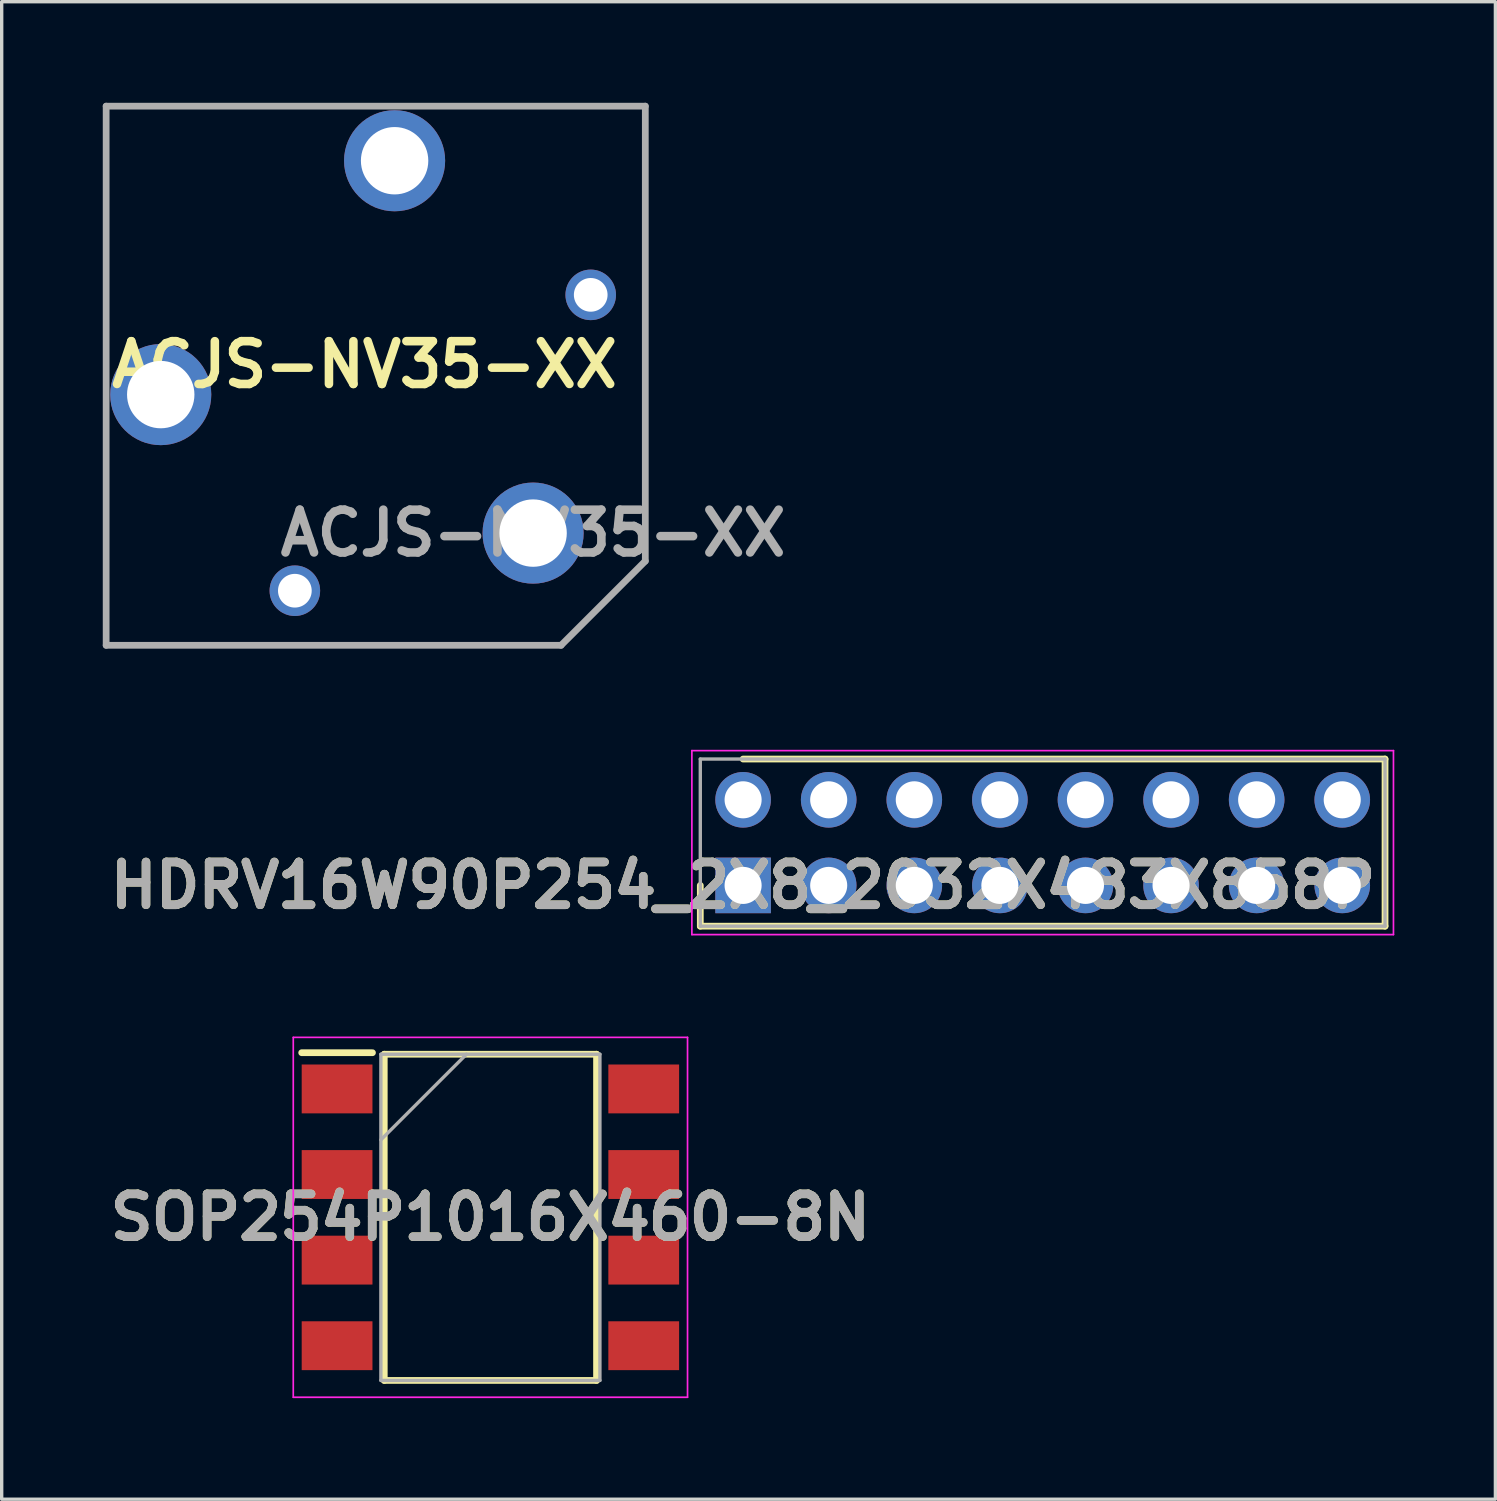
<source format=kicad_pcb>
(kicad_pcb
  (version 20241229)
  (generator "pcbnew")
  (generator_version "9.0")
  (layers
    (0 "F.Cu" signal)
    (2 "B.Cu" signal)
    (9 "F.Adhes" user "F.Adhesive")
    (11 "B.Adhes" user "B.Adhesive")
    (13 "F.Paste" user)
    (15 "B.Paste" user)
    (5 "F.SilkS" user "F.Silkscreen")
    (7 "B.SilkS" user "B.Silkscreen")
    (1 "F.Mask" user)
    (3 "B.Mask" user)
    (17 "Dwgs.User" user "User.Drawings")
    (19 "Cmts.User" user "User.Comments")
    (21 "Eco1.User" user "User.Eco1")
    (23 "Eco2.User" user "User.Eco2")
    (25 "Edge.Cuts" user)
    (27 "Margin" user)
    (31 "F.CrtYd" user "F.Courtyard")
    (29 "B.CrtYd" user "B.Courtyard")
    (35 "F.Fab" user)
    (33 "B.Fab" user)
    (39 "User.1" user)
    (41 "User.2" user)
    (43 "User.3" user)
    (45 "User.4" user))
  (footprint "HDRV16W90P254_2X8_2032X483X858P"
    (layer "F.Cu")
    (at 19.002 23.225)
    (property "Reference" "HDRV16W90P254_2X8_2032X483X858P" (at 0 0 0) (layer "F.SilkS") (effects (font (size 1.27 1.27) (thickness 0.254))))
    (attr through_hole)
    (fp_line (start -1.27 0) (end -1.27 1.21) (stroke (width 0.2) (type solid)) (layer "F.SilkS"))
    (fp_line (start -1.27 1.21) (end 19.05 1.21) (stroke (width 0.2) (type solid)) (layer "F.SilkS"))
    (fp_line (start 19.05 -3.75) (end 0 -3.75) (stroke (width 0.2) (type solid)) (layer "F.SilkS"))
    (fp_line (start 19.05 1.21) (end 19.05 -3.75) (stroke (width 0.2) (type solid)) (layer "F.SilkS"))
    (fp_line (start -1.52 -4) (end 19.3 -4) (stroke (width 0.05) (type solid)) (layer "F.CrtYd"))
    (fp_line (start -1.52 1.46) (end -1.52 -4) (stroke (width 0.05) (type solid)) (layer "F.CrtYd"))
    (fp_line (start 19.3 -4) (end 19.3 1.46) (stroke (width 0.05) (type solid)) (layer "F.CrtYd"))
    (fp_line (start 19.3 1.46) (end -1.52 1.46) (stroke (width 0.05) (type solid)) (layer "F.CrtYd"))
    (fp_line (start -1.27 -3.75) (end 19.05 -3.75) (stroke (width 0.1) (type solid)) (layer "F.Fab"))
    (fp_line (start -1.27 1.21) (end -1.27 -3.75) (stroke (width 0.1) (type solid)) (layer "F.Fab"))
    (fp_line (start 19.05 -3.75) (end 19.05 1.21) (stroke (width 0.1) (type solid)) (layer "F.Fab"))
    (fp_line (start 19.05 1.21) (end -1.27 1.21) (stroke (width 0.1) (type solid)) (layer "F.Fab"))
    (fp_text user "${REFERENCE}" (at 0 0 0) (layer "F.Fab") (effects (font (size 1.27 1.27) (thickness 0.254))))
    (pad "1" thru_hole rect (at 0 0) (size 1.65 1.65) (drill 1.1) (layers "*.Cu" "*.Mask"))
    (pad "2" thru_hole circle (at 0 -2.54) (size 1.65 1.65) (drill 1.1) (layers "*.Cu" "*.Mask"))
    (pad "3" thru_hole circle (at 2.54 0) (size 1.65 1.65) (drill 1.1) (layers "*.Cu" "*.Mask"))
    (pad "4" thru_hole circle (at 2.54 -2.54) (size 1.65 1.65) (drill 1.1) (layers "*.Cu" "*.Mask"))
    (pad "5" thru_hole circle (at 5.08 0) (size 1.65 1.65) (drill 1.1) (layers "*.Cu" "*.Mask"))
    (pad "6" thru_hole circle (at 5.08 -2.54) (size 1.65 1.65) (drill 1.1) (layers "*.Cu" "*.Mask"))
    (pad "7" thru_hole circle (at 7.62 0) (size 1.65 1.65) (drill 1.1) (layers "*.Cu" "*.Mask"))
    (pad "8" thru_hole circle (at 7.62 -2.54) (size 1.65 1.65) (drill 1.1) (layers "*.Cu" "*.Mask"))
    (pad "9" thru_hole circle (at 10.16 0) (size 1.65 1.65) (drill 1.1) (layers "*.Cu" "*.Mask"))
    (pad "10" thru_hole circle (at 10.16 -2.54) (size 1.65 1.65) (drill 1.1) (layers "*.Cu" "*.Mask"))
    (pad "11" thru_hole circle (at 12.7 0) (size 1.65 1.65) (drill 1.1) (layers "*.Cu" "*.Mask"))
    (pad "12" thru_hole circle (at 12.7 -2.54) (size 1.65 1.65) (drill 1.1) (layers "*.Cu" "*.Mask"))
    (pad "13" thru_hole circle (at 15.24 0) (size 1.65 1.65) (drill 1.1) (layers "*.Cu" "*.Mask"))
    (pad "14" thru_hole circle (at 15.24 -2.54) (size 1.65 1.65) (drill 1.1) (layers "*.Cu" "*.Mask"))
    (pad "15" thru_hole circle (at 17.78 0) (size 1.65 1.65) (drill 1.1) (layers "*.Cu" "*.Mask"))
    (pad "16" thru_hole circle (at 17.78 -2.54) (size 1.65 1.65) (drill 1.1) (layers "*.Cu" "*.Mask")))
  (footprint "SOP254P1016X460-8N"
    (layer "F.Cu")
    (at 11.503 33.075)
    (property "Reference" "SOP254P1016X460-8N" (at 0 0 0) (layer "F.SilkS") (effects (font (size 1.27 1.27) (thickness 0.254))))
    (attr smd)
    (fp_line (start -5.6 -4.885) (end -3.5 -4.885) (stroke (width 0.2) (type solid)) (layer "F.SilkS"))
    (fp_line (start -3.15 -4.84) (end 3.15 -4.84) (stroke (width 0.2) (type solid)) (layer "F.SilkS"))
    (fp_line (start -3.15 4.84) (end -3.15 -4.84) (stroke (width 0.2) (type solid)) (layer "F.SilkS"))
    (fp_line (start 3.15 -4.84) (end 3.15 4.84) (stroke (width 0.2) (type solid)) (layer "F.SilkS"))
    (fp_line (start 3.15 4.84) (end -3.15 4.84) (stroke (width 0.2) (type solid)) (layer "F.SilkS"))
    (fp_line (start -5.85 -5.34) (end 5.85 -5.34) (stroke (width 0.05) (type solid)) (layer "F.CrtYd"))
    (fp_line (start -5.85 5.34) (end -5.85 -5.34) (stroke (width 0.05) (type solid)) (layer "F.CrtYd"))
    (fp_line (start 5.85 -5.34) (end 5.85 5.34) (stroke (width 0.05) (type solid)) (layer "F.CrtYd"))
    (fp_line (start 5.85 5.34) (end -5.85 5.34) (stroke (width 0.05) (type solid)) (layer "F.CrtYd"))
    (fp_line (start -3.25 -4.84) (end 3.25 -4.84) (stroke (width 0.1) (type solid)) (layer "F.Fab"))
    (fp_line (start -3.25 -2.3) (end -0.71 -4.84) (stroke (width 0.1) (type solid)) (layer "F.Fab"))
    (fp_line (start -3.25 4.84) (end -3.25 -4.84) (stroke (width 0.1) (type solid)) (layer "F.Fab"))
    (fp_line (start 3.25 -4.84) (end 3.25 4.84) (stroke (width 0.1) (type solid)) (layer "F.Fab"))
    (fp_line (start 3.25 4.84) (end -3.25 4.84) (stroke (width 0.1) (type solid)) (layer "F.Fab"))
    (fp_text user "${REFERENCE}" (at 0 0 0) (layer "F.Fab") (effects (font (size 1.27 1.27) (thickness 0.254))))
    (pad "1" smd rect (at -4.55 -3.81 90) (size 1.45 2.1) (layers "F.Cu" "F.Mask" "F.Paste"))
    (pad "2" smd rect (at -4.55 -1.27 90) (size 1.45 2.1) (layers "F.Cu" "F.Mask" "F.Paste"))
    (pad "3" smd rect (at -4.55 1.27 90) (size 1.45 2.1) (layers "F.Cu" "F.Mask" "F.Paste"))
    (pad "4" smd rect (at -4.55 3.81 90) (size 1.45 2.1) (layers "F.Cu" "F.Mask" "F.Paste"))
    (pad "5" smd rect (at 4.55 3.81 90) (size 1.45 2.1) (layers "F.Cu" "F.Mask" "F.Paste"))
    (pad "6" smd rect (at 4.55 1.27 90) (size 1.45 2.1) (layers "F.Cu" "F.Mask" "F.Paste"))
    (pad "7" smd rect (at 4.55 -1.27 90) (size 1.45 2.1) (layers "F.Cu" "F.Mask" "F.Paste"))
    (pad "8" smd rect (at 4.55 -3.81 90) (size 1.45 2.1) (layers "F.Cu" "F.Mask" "F.Paste")))
  (footprint "ACJS-NV35-XX"
    (layer "F.Cu")
    (at 12.77 12.77)
    (property "Reference" "ACJS-NV35-XX" (at -5 -5 0) (layer "F.SilkS") (effects (font (size 1.27 1.27) (thickness 0.254))))
    (attr through_hole)
    (fp_line (start -12.67 -12.67) (end -12.67 3.33) (stroke (width 0.2) (type solid)) (layer "F.Fab"))
    (fp_line (start -12.67 3.33) (end 0.83 3.33) (stroke (width 0.2) (type solid)) (layer "F.Fab"))
    (fp_line (start 0.83 3.33) (end 3.33 0.83) (stroke (width 0.2) (type solid)) (layer "F.Fab"))
    (fp_line (start 3.33 -12.67) (end -12.67 -12.67) (stroke (width 0.2) (type solid)) (layer "F.Fab"))
    (fp_line (start 3.33 0.83) (end 3.33 -12.67) (stroke (width 0.2) (type solid)) (layer "F.Fab"))
    (fp_text user "${REFERENCE}" (at 0 0 0) (layer "F.Fab") (effects (font (size 1.27 1.27) (thickness 0.254))))
    (pad "1" thru_hole circle (at 0 0) (size 3 3) (drill 2) (layers "*.Cu" "*.Mask"))
    (pad "2" thru_hole circle (at -7.07 1.71) (size 1.5 1.5) (drill 1) (layers "*.Cu" "*.Mask"))
    (pad "3" thru_hole circle (at -11.05 -4.11) (size 3 3) (drill 2) (layers "*.Cu" "*.Mask"))
    (pad "4" thru_hole circle (at -4.11 -11.05) (size 3 3) (drill 2) (layers "*.Cu" "*.Mask"))
    (pad "5" thru_hole circle (at 1.71 -7.07) (size 1.5 1.5) (drill 1) (layers "*.Cu" "*.Mask")))
  (gr_rect
    (start -3 -3)
    (end 41.327 41.44)
    (stroke (width 0.1) (type default))
    (fill no)
    (layer "Edge.Cuts")))
</source>
